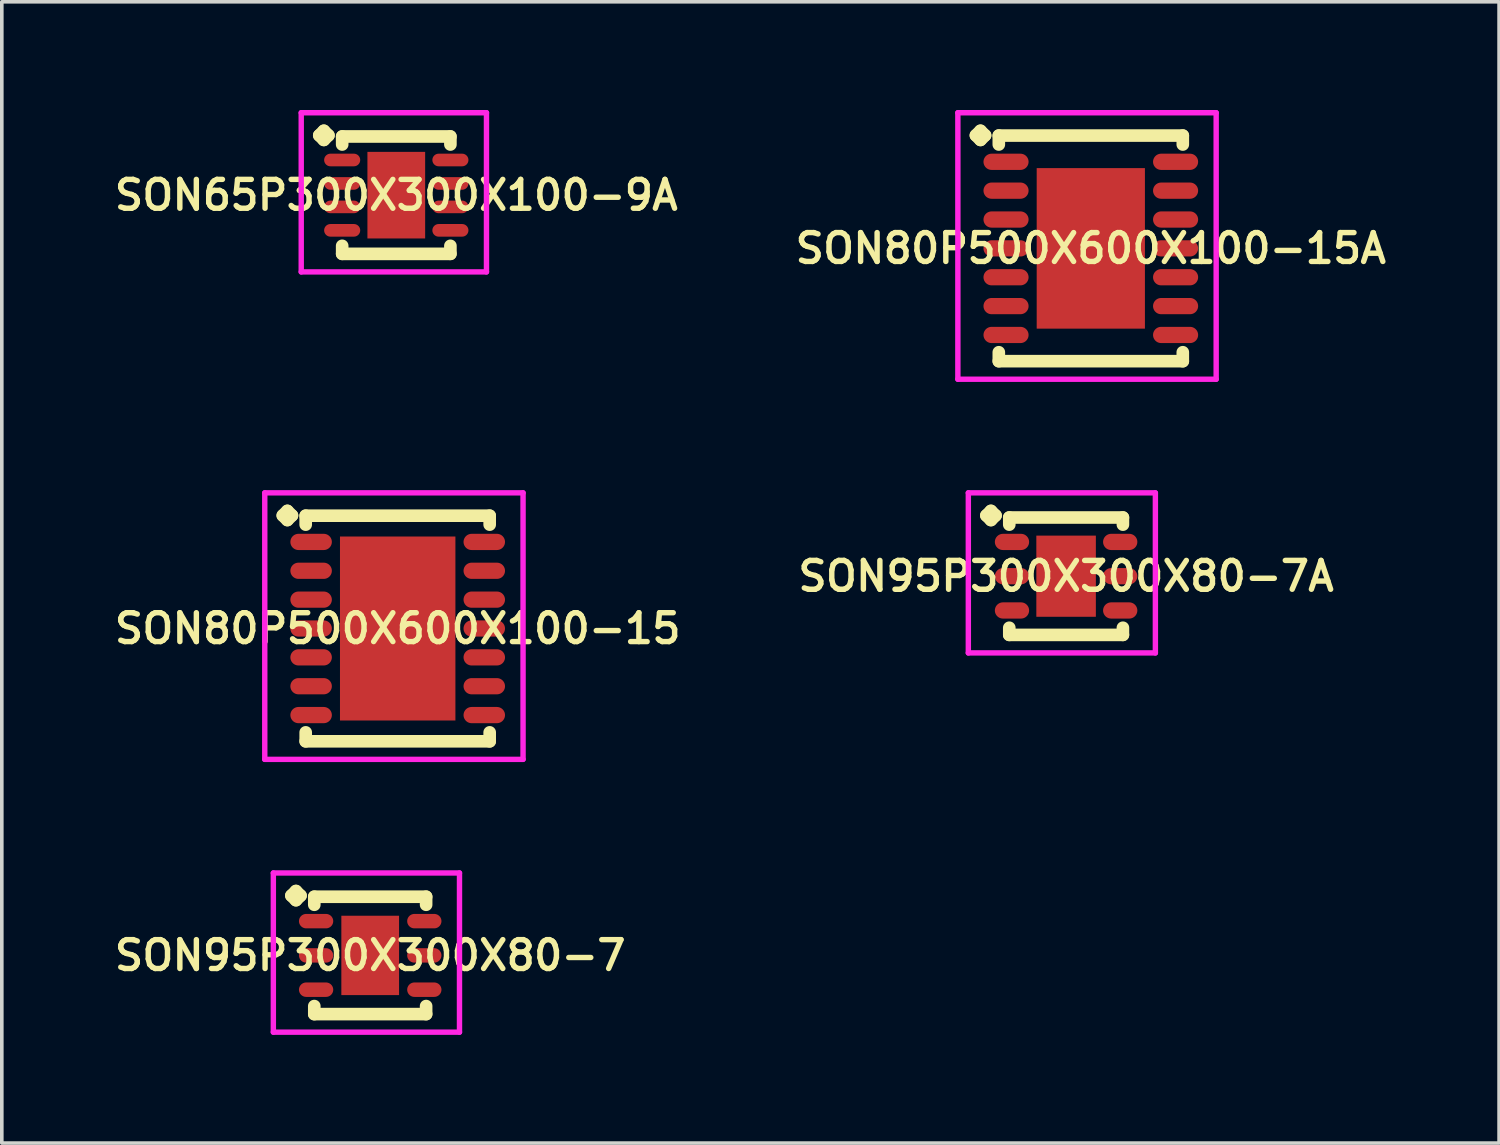
<source format=kicad_pcb>
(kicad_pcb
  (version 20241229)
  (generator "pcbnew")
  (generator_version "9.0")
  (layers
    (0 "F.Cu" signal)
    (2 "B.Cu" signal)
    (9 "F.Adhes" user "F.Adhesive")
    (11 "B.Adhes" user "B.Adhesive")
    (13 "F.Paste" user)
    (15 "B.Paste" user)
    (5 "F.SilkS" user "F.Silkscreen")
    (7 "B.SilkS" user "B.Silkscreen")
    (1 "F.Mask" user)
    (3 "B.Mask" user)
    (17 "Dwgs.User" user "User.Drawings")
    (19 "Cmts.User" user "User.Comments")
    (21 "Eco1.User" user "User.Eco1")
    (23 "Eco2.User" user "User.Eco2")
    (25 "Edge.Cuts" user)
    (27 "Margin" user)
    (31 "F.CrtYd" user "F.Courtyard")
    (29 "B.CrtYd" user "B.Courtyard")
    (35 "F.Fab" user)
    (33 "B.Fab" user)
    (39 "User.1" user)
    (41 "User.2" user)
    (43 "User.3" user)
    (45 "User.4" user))
  (footprint "SON95P300X300X80-7A"
    (layer "F.Cu")
    (at 26.502 12.922)
    (property "Reference" "SON95P300X300X80-7A" (at 0 0 0) (layer "F.SilkS") (effects (font (size 0.8 0.8) (thickness 0.15))))
    (attr through_hole)
    (fp_line (start -2.21 -1.683) (end -2.083 -1.81) (stroke (width 0.35) (type solid)) (layer "F.SilkS"))
    (fp_line (start -2.083 -1.81) (end -1.956 -1.683) (stroke (width 0.35) (type solid)) (layer "F.SilkS"))
    (fp_line (start -2.083 -1.556) (end -2.21 -1.683) (stroke (width 0.35) (type solid)) (layer "F.SilkS"))
    (fp_line (start -1.956 -1.683) (end -2.083 -1.556) (stroke (width 0.35) (type solid)) (layer "F.SilkS"))
    (fp_line (start -1.575 -1.627) (end 1.575 -1.627) (stroke (width 0.35) (type solid)) (layer "F.SilkS"))
    (fp_line (start -1.575 -1.429) (end -1.575 -1.627) (stroke (width 0.35) (type solid)) (layer "F.SilkS"))
    (fp_line (start -1.575 1.429) (end -1.575 1.627) (stroke (width 0.35) (type solid)) (layer "F.SilkS"))
    (fp_line (start -1.575 1.627) (end 1.575 1.627) (stroke (width 0.35) (type solid)) (layer "F.SilkS"))
    (fp_line (start 1.575 -1.627) (end 1.575 -1.429) (stroke (width 0.35) (type solid)) (layer "F.SilkS"))
    (fp_line (start 1.575 1.627) (end 1.575 1.429) (stroke (width 0.35) (type solid)) (layer "F.SilkS"))
    (fp_line (start -2.71 -2.31) (end 2.475 -2.31) (stroke (width 0.15) (type solid)) (layer "F.CrtYd"))
    (fp_line (start -2.71 2.127) (end -2.71 -2.31) (stroke (width 0.15) (type solid)) (layer "F.CrtYd"))
    (fp_line (start 2.475 -2.31) (end 2.475 2.127) (stroke (width 0.15) (type solid)) (layer "F.CrtYd"))
    (fp_line (start 2.475 2.127) (end -2.71 2.127) (stroke (width 0.15) (type solid)) (layer "F.CrtYd"))
    (pad "1" smd oval (at -1.5 -0.95) (size 0.95 0.45) (layers "F.Cu" "F.Mask" "F.Paste"))
    (pad "2" smd oval (at -1.5 0) (size 0.95 0.45) (layers "F.Cu" "F.Mask" "F.Paste"))
    (pad "3" smd oval (at -1.5 0.95) (size 0.95 0.45) (layers "F.Cu" "F.Mask" "F.Paste"))
    (pad "4" smd oval (at 1.5 0.95) (size 0.95 0.45) (layers "F.Cu" "F.Mask" "F.Paste"))
    (pad "5" smd oval (at 1.5 0) (size 0.95 0.45) (layers "F.Cu" "F.Mask" "F.Paste"))
    (pad "6" smd oval (at 1.5 -0.95) (size 0.95 0.45) (layers "F.Cu" "F.Mask" "F.Paste"))
    (pad "7" smd rect (at 0 0) (size 1.65 2.25) (layers "F.Cu" "F.Mask" "F.Paste")))
  (footprint "SON95P300X300X80-7"
    (layer "F.Cu")
    (at 7.212 23.434)
    (property "Reference" "SON95P300X300X80-7" (at 0 0 0) (layer "F.SilkS") (effects (font (size 0.8 0.8) (thickness 0.15))))
    (attr smd)
    (fp_line (start -2.185 -1.658) (end -2.058 -1.785) (stroke (width 0.35) (type solid)) (layer "F.SilkS"))
    (fp_line (start -2.058 -1.785) (end -1.931 -1.658) (stroke (width 0.35) (type solid)) (layer "F.SilkS"))
    (fp_line (start -2.058 -1.531) (end -2.185 -1.658) (stroke (width 0.35) (type solid)) (layer "F.SilkS"))
    (fp_line (start -1.931 -1.658) (end -2.058 -1.531) (stroke (width 0.35) (type solid)) (layer "F.SilkS"))
    (fp_line (start -1.55 -1.627) (end 1.55 -1.627) (stroke (width 0.35) (type solid)) (layer "F.SilkS"))
    (fp_line (start -1.55 -1.404) (end -1.55 -1.627) (stroke (width 0.35) (type solid)) (layer "F.SilkS"))
    (fp_line (start -1.55 1.404) (end -1.55 1.627) (stroke (width 0.35) (type solid)) (layer "F.SilkS"))
    (fp_line (start -1.55 1.627) (end 1.55 1.627) (stroke (width 0.35) (type solid)) (layer "F.SilkS"))
    (fp_line (start 1.55 -1.627) (end 1.55 -1.404) (stroke (width 0.35) (type solid)) (layer "F.SilkS"))
    (fp_line (start 1.55 1.627) (end 1.55 1.404) (stroke (width 0.35) (type solid)) (layer "F.SilkS"))
    (fp_line (start -2.685 -2.285) (end 2.475 -2.285) (stroke (width 0.15) (type solid)) (layer "F.CrtYd"))
    (fp_line (start -2.685 2.127) (end -2.685 -2.285) (stroke (width 0.15) (type solid)) (layer "F.CrtYd"))
    (fp_line (start 2.475 -2.285) (end 2.475 2.127) (stroke (width 0.15) (type solid)) (layer "F.CrtYd"))
    (fp_line (start 2.475 2.127) (end -2.685 2.127) (stroke (width 0.15) (type solid)) (layer "F.CrtYd"))
    (pad "1" smd oval (at -1.5 -0.95) (size 0.95 0.4) (layers "F.Cu" "F.Mask" "F.Paste"))
    (pad "2" smd oval (at -1.5 0) (size 0.95 0.4) (layers "F.Cu" "F.Mask" "F.Paste"))
    (pad "3" smd oval (at -1.5 0.95) (size 0.95 0.4) (layers "F.Cu" "F.Mask" "F.Paste"))
    (pad "4" smd oval (at 1.5 0.95) (size 0.95 0.4) (layers "F.Cu" "F.Mask" "F.Paste"))
    (pad "5" smd oval (at 1.5 0) (size 0.95 0.4) (layers "F.Cu" "F.Mask" "F.Paste"))
    (pad "6" smd oval (at 1.5 -0.95) (size 0.95 0.4) (layers "F.Cu" "F.Mask" "F.Paste"))
    (pad "7" smd rect (at 0 0) (size 1.6 2.2) (layers "F.Cu" "F.Mask" "F.Paste")))
  (footprint "SON80P500X600X100-15A"
    (layer "F.Cu")
    (at 27.187 3.835)
    (property "Reference" "SON80P500X600X100-15A" (at 0 0 0) (layer "F.SilkS") (effects (font (size 0.8 0.8) (thickness 0.15))))
    (attr through_hole)
    (fp_line (start -3.185 -3.133) (end -3.058 -3.26) (stroke (width 0.35) (type solid)) (layer "F.SilkS"))
    (fp_line (start -3.058 -3.26) (end -2.931 -3.133) (stroke (width 0.35) (type solid)) (layer "F.SilkS"))
    (fp_line (start -3.058 -3.006) (end -3.185 -3.133) (stroke (width 0.35) (type solid)) (layer "F.SilkS"))
    (fp_line (start -2.931 -3.133) (end -3.058 -3.006) (stroke (width 0.35) (type solid)) (layer "F.SilkS"))
    (fp_line (start -2.55 -3.127) (end 2.55 -3.127) (stroke (width 0.35) (type solid)) (layer "F.SilkS"))
    (fp_line (start -2.55 -2.879) (end -2.55 -3.127) (stroke (width 0.35) (type solid)) (layer "F.SilkS"))
    (fp_line (start -2.55 2.879) (end -2.55 3.127) (stroke (width 0.35) (type solid)) (layer "F.SilkS"))
    (fp_line (start -2.55 3.127) (end 2.55 3.127) (stroke (width 0.35) (type solid)) (layer "F.SilkS"))
    (fp_line (start 2.55 -3.127) (end 2.55 -2.879) (stroke (width 0.35) (type solid)) (layer "F.SilkS"))
    (fp_line (start 2.55 3.127) (end 2.55 2.879) (stroke (width 0.35) (type solid)) (layer "F.SilkS"))
    (fp_line (start -3.685 -3.76) (end 3.475 -3.76) (stroke (width 0.15) (type solid)) (layer "F.CrtYd"))
    (fp_line (start -3.685 3.627) (end -3.685 -3.76) (stroke (width 0.15) (type solid)) (layer "F.CrtYd"))
    (fp_line (start 3.475 -3.76) (end 3.475 3.627) (stroke (width 0.15) (type solid)) (layer "F.CrtYd"))
    (fp_line (start 3.475 3.627) (end -3.685 3.627) (stroke (width 0.15) (type solid)) (layer "F.CrtYd"))
    (pad "1" smd oval (at -2.35 -2.4) (size 1.25 0.45) (layers "F.Cu" "F.Mask" "F.Paste"))
    (pad "2" smd oval (at -2.35 -1.6) (size 1.25 0.45) (layers "F.Cu" "F.Mask" "F.Paste"))
    (pad "3" smd oval (at -2.35 -0.8) (size 1.25 0.45) (layers "F.Cu" "F.Mask" "F.Paste"))
    (pad "4" smd oval (at -2.35 0) (size 1.25 0.45) (layers "F.Cu" "F.Mask" "F.Paste"))
    (pad "5" smd oval (at -2.35 0.8) (size 1.25 0.45) (layers "F.Cu" "F.Mask" "F.Paste"))
    (pad "6" smd oval (at -2.35 1.6) (size 1.25 0.45) (layers "F.Cu" "F.Mask" "F.Paste"))
    (pad "7" smd oval (at -2.35 2.4) (size 1.25 0.45) (layers "F.Cu" "F.Mask" "F.Paste"))
    (pad "8" smd oval (at 2.35 2.4) (size 1.25 0.45) (layers "F.Cu" "F.Mask" "F.Paste"))
    (pad "9" smd oval (at 2.35 1.6) (size 1.25 0.45) (layers "F.Cu" "F.Mask" "F.Paste"))
    (pad "10" smd oval (at 2.35 0.8) (size 1.25 0.45) (layers "F.Cu" "F.Mask" "F.Paste"))
    (pad "11" smd oval (at 2.35 0) (size 1.25 0.45) (layers "F.Cu" "F.Mask" "F.Paste"))
    (pad "12" smd oval (at 2.35 -0.8) (size 1.25 0.45) (layers "F.Cu" "F.Mask" "F.Paste"))
    (pad "13" smd oval (at 2.35 -1.6) (size 1.25 0.45) (layers "F.Cu" "F.Mask" "F.Paste"))
    (pad "14" smd oval (at 2.35 -2.4) (size 1.25 0.45) (layers "F.Cu" "F.Mask" "F.Paste"))
    (pad "15" smd rect (at 0 0) (size 3 4.45) (layers "F.Cu" "F.Mask" "F.Paste")))
  (footprint "SON65P300X300X100-9A"
    (layer "F.Cu")
    (at 7.935 2.36)
    (property "Reference" "SON65P300X300X100-9A" (at 0 0 0) (layer "F.SilkS") (effects (font (size 0.8 0.8) (thickness 0.15))))
    (attr smd)
    (fp_line (start -2.135 -1.658) (end -2.008 -1.785) (stroke (width 0.35) (type solid)) (layer "F.SilkS"))
    (fp_line (start -2.008 -1.785) (end -1.881 -1.658) (stroke (width 0.35) (type solid)) (layer "F.SilkS"))
    (fp_line (start -2.008 -1.531) (end -2.135 -1.658) (stroke (width 0.35) (type solid)) (layer "F.SilkS"))
    (fp_line (start -1.881 -1.658) (end -2.008 -1.531) (stroke (width 0.35) (type solid)) (layer "F.SilkS"))
    (fp_line (start -1.5 -1.627) (end 1.5 -1.627) (stroke (width 0.35) (type solid)) (layer "F.SilkS"))
    (fp_line (start -1.5 -1.404) (end -1.5 -1.627) (stroke (width 0.35) (type solid)) (layer "F.SilkS"))
    (fp_line (start -1.5 1.404) (end -1.5 1.627) (stroke (width 0.35) (type solid)) (layer "F.SilkS"))
    (fp_line (start -1.5 1.627) (end 1.5 1.627) (stroke (width 0.35) (type solid)) (layer "F.SilkS"))
    (fp_line (start 1.5 -1.627) (end 1.5 -1.404) (stroke (width 0.35) (type solid)) (layer "F.SilkS"))
    (fp_line (start 1.5 1.627) (end 1.5 1.404) (stroke (width 0.35) (type solid)) (layer "F.SilkS"))
    (fp_line (start -2.635 -2.285) (end 2.5 -2.285) (stroke (width 0.15) (type solid)) (layer "F.CrtYd"))
    (fp_line (start -2.635 2.127) (end -2.635 -2.285) (stroke (width 0.15) (type solid)) (layer "F.CrtYd"))
    (fp_line (start 2.5 -2.285) (end 2.5 2.127) (stroke (width 0.15) (type solid)) (layer "F.CrtYd"))
    (fp_line (start 2.5 2.127) (end -2.635 2.127) (stroke (width 0.15) (type solid)) (layer "F.CrtYd"))
    (pad "1" smd oval (at -1.5 -0.975) (size 1 0.35) (layers "F.Cu" "F.Mask" "F.Paste"))
    (pad "2" smd oval (at -1.5 -0.325) (size 1 0.35) (layers "F.Cu" "F.Mask" "F.Paste"))
    (pad "3" smd oval (at -1.5 0.325) (size 1 0.35) (layers "F.Cu" "F.Mask" "F.Paste"))
    (pad "4" smd oval (at -1.5 0.975) (size 1 0.35) (layers "F.Cu" "F.Mask" "F.Paste"))
    (pad "5" smd oval (at 1.5 0.975) (size 1 0.35) (layers "F.Cu" "F.Mask" "F.Paste"))
    (pad "6" smd oval (at 1.5 0.325) (size 1 0.35) (layers "F.Cu" "F.Mask" "F.Paste"))
    (pad "7" smd oval (at 1.5 -0.325) (size 1 0.35) (layers "F.Cu" "F.Mask" "F.Paste"))
    (pad "8" smd oval (at 1.5 -0.975) (size 1 0.35) (layers "F.Cu" "F.Mask" "F.Paste"))
    (pad "9" smd rect (at 0 0) (size 1.6 2.4) (layers "F.Cu" "F.Mask" "F.Paste")))
  (footprint "SON80P500X600X100-15"
    (layer "F.Cu")
    (at 7.974 14.372)
    (property "Reference" "SON80P500X600X100-15" (at 0 0 0) (layer "F.SilkS") (effects (font (size 0.8 0.8) (thickness 0.15))))
    (attr smd)
    (fp_line (start -3.185 -3.133) (end -3.058 -3.26) (stroke (width 0.35) (type solid)) (layer "F.SilkS"))
    (fp_line (start -3.058 -3.26) (end -2.931 -3.133) (stroke (width 0.35) (type solid)) (layer "F.SilkS"))
    (fp_line (start -3.058 -3.006) (end -3.185 -3.133) (stroke (width 0.35) (type solid)) (layer "F.SilkS"))
    (fp_line (start -2.931 -3.133) (end -3.058 -3.006) (stroke (width 0.35) (type solid)) (layer "F.SilkS"))
    (fp_line (start -2.55 -3.127) (end 2.55 -3.127) (stroke (width 0.35) (type solid)) (layer "F.SilkS"))
    (fp_line (start -2.55 -2.879) (end -2.55 -3.127) (stroke (width 0.35) (type solid)) (layer "F.SilkS"))
    (fp_line (start -2.55 2.879) (end -2.55 3.127) (stroke (width 0.35) (type solid)) (layer "F.SilkS"))
    (fp_line (start -2.55 3.127) (end 2.55 3.127) (stroke (width 0.35) (type solid)) (layer "F.SilkS"))
    (fp_line (start 2.55 -3.127) (end 2.55 -2.879) (stroke (width 0.35) (type solid)) (layer "F.SilkS"))
    (fp_line (start 2.55 3.127) (end 2.55 2.879) (stroke (width 0.35) (type solid)) (layer "F.SilkS"))
    (fp_line (start -3.685 -3.76) (end 3.475 -3.76) (stroke (width 0.15) (type solid)) (layer "F.CrtYd"))
    (fp_line (start -3.685 3.627) (end -3.685 -3.76) (stroke (width 0.15) (type solid)) (layer "F.CrtYd"))
    (fp_line (start 3.475 -3.76) (end 3.475 3.627) (stroke (width 0.15) (type solid)) (layer "F.CrtYd"))
    (fp_line (start 3.475 3.627) (end -3.685 3.627) (stroke (width 0.15) (type solid)) (layer "F.CrtYd"))
    (pad "1" smd oval (at -2.4 -2.4) (size 1.15 0.45) (layers "F.Cu" "F.Mask" "F.Paste"))
    (pad "2" smd oval (at -2.4 -1.6) (size 1.15 0.45) (layers "F.Cu" "F.Mask" "F.Paste"))
    (pad "3" smd oval (at -2.4 -0.8) (size 1.15 0.45) (layers "F.Cu" "F.Mask" "F.Paste"))
    (pad "4" smd oval (at -2.4 0) (size 1.15 0.45) (layers "F.Cu" "F.Mask" "F.Paste"))
    (pad "5" smd oval (at -2.4 0.8) (size 1.15 0.45) (layers "F.Cu" "F.Mask" "F.Paste"))
    (pad "6" smd oval (at -2.4 1.6) (size 1.15 0.45) (layers "F.Cu" "F.Mask" "F.Paste"))
    (pad "7" smd oval (at -2.4 2.4) (size 1.15 0.45) (layers "F.Cu" "F.Mask" "F.Paste"))
    (pad "8" smd oval (at 2.4 2.4) (size 1.15 0.45) (layers "F.Cu" "F.Mask" "F.Paste"))
    (pad "9" smd oval (at 2.4 1.6) (size 1.15 0.45) (layers "F.Cu" "F.Mask" "F.Paste"))
    (pad "10" smd oval (at 2.4 0.8) (size 1.15 0.45) (layers "F.Cu" "F.Mask" "F.Paste"))
    (pad "11" smd oval (at 2.4 0) (size 1.15 0.45) (layers "F.Cu" "F.Mask" "F.Paste"))
    (pad "12" smd oval (at 2.4 -0.8) (size 1.15 0.45) (layers "F.Cu" "F.Mask" "F.Paste"))
    (pad "13" smd oval (at 2.4 -1.6) (size 1.15 0.45) (layers "F.Cu" "F.Mask" "F.Paste"))
    (pad "14" smd oval (at 2.4 -2.4) (size 1.15 0.45) (layers "F.Cu" "F.Mask" "F.Paste"))
    (pad "15" smd rect (at 0 0) (size 3.2 5.1) (layers "F.Cu" "F.Mask" "F.Paste")))
  (gr_rect
    (start -3 -3)
    (end 38.504 28.636)
    (stroke (width 0.1) (type default))
    (fill no)
    (layer "Edge.Cuts")))
</source>
